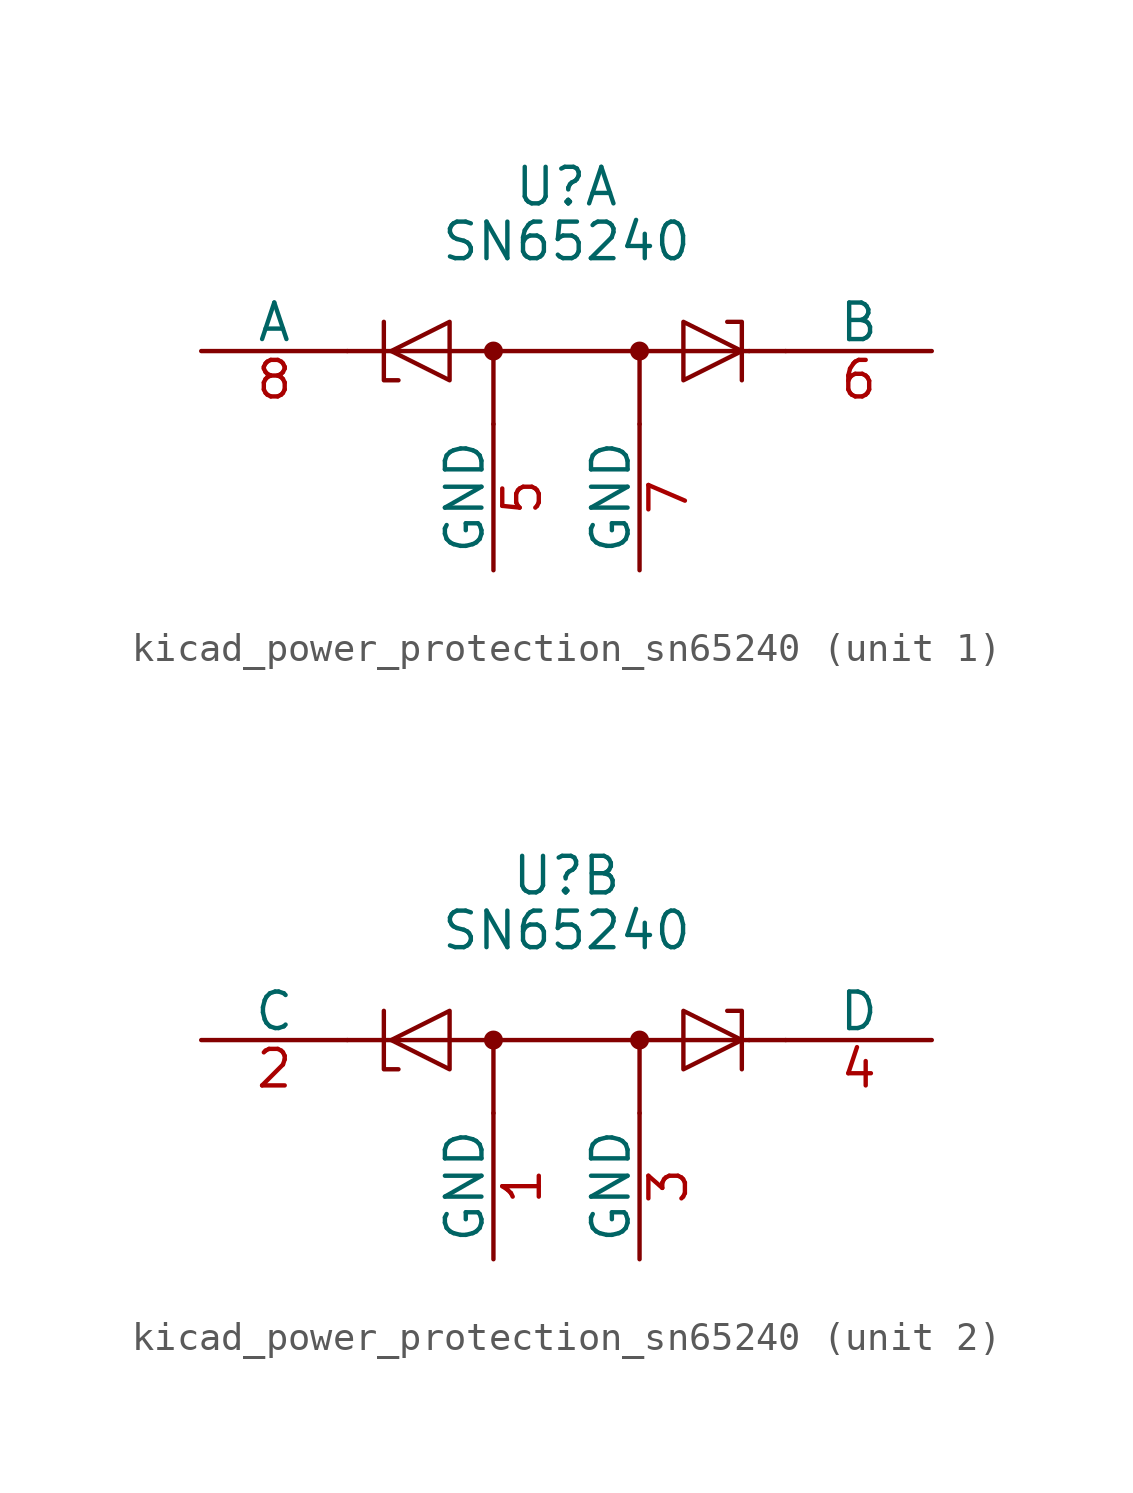
<source format=kicad_sym>
(kicad_symbol_lib
  (version 20220914)
  (generator kicad_symbol_editor)
  (symbol "kicad_power_protection_sn65240"
    (pin_names
      (offset 0))
    (property "Reference" "U"
      (at 0 5.715 0)
      (effects (font (size 1.27 1.27))))
    (property "Value" "SN65240"
      (at 0 3.81 0)
      (effects (font (size 1.27 1.27))))
    (property "ki_locked" ""
      (at 0 0 0)
      (effects (font (size 1.27 1.27))))
    (symbol "kicad_power_protection_sn65240_0_0"
      (polyline (pts (xy -7.62 0) (xy -6.35 0)) (stroke (width 0) (type default)) (fill (type none)))
      (polyline (pts (xy -6.35 0) (xy 6.35 0)) (stroke (width 0) (type default)) (fill (type none)))
      (polyline (pts (xy -2.54 -2.54) (xy -2.54 0)) (stroke (width 0) (type default)) (fill (type none)))
      (polyline (pts (xy 2.54 -2.54) (xy 2.54 0)) (stroke (width 0) (type default)) (fill (type none)))
      (polyline (pts (xy 6.35 0) (xy 7.62 0)) (stroke (width 0) (type default)) (fill (type none)))
      (polyline (pts (xy 6.096 -1.016) (xy 6.096 1.016) (xy 5.588 1.016)) (stroke (width 0) (type default)) (fill (type none)))
      (polyline (pts (xy -6.096 0) (xy -4.064 1.016) (xy -4.064 -1.016) (xy -6.096 0)) (stroke (width 0) (type default)) (fill (type none)))
      (polyline (pts (xy -5.842 -1.016) (xy -6.35 -1.016) (xy -6.35 0.762) (xy -6.35 1.016)) (stroke (width 0) (type default)) (fill (type none)))
      (polyline (pts (xy 4.064 1.016) (xy 4.064 -1.016) (xy 6.096 0) (xy 4.064 1.016)) (stroke (width 0) (type default)) (fill (type none))))
    (symbol "kicad_power_protection_sn65240_0_1"
      (circle (center -2.54 0) (radius 0.254) (stroke (width 0) (type default)) (fill (type outline)))
      (circle (center 2.54 0) (radius 0.254) (stroke (width 0) (type default)) (fill (type outline))))
    (symbol "kicad_power_protection_sn65240_1_1"
      (pin passive line (at -2.54 -7.62 90) (length 5.08) (name "GND" (effects (font (size 1.27 1.27)))) (number "5" (effects (font (size 1.27 1.27)))))
      (pin passive line (at 12.7 0 180) (length 5.08) (name "B" (effects (font (size 1.27 1.27)))) (number "6" (effects (font (size 1.27 1.27)))))
      (pin passive line (at 2.54 -7.62 90) (length 5.08) (name "GND" (effects (font (size 1.27 1.27)))) (number "7" (effects (font (size 1.27 1.27)))))
      (pin passive line (at -12.7 0 0) (length 5.08) (name "A" (effects (font (size 1.27 1.27)))) (number "8" (effects (font (size 1.27 1.27))))))
    (symbol "kicad_power_protection_sn65240_2_1"
      (pin power_in line (at -2.54 -7.62 90) (length 5.08) (name "GND" (effects (font (size 1.27 1.27)))) (number "1" (effects (font (size 1.27 1.27)))))
      (pin input line (at -12.7 0 0) (length 5.08) (name "C" (effects (font (size 1.27 1.27)))) (number "2" (effects (font (size 1.27 1.27)))))
      (pin power_in line (at 2.54 -7.62 90) (length 5.08) (name "GND" (effects (font (size 1.27 1.27)))) (number "3" (effects (font (size 1.27 1.27)))))
      (pin input line (at 12.7 0 180) (length 5.08) (name "D" (effects (font (size 1.27 1.27)))) (number "4" (effects (font (size 1.27 1.27))))))))
</source>
